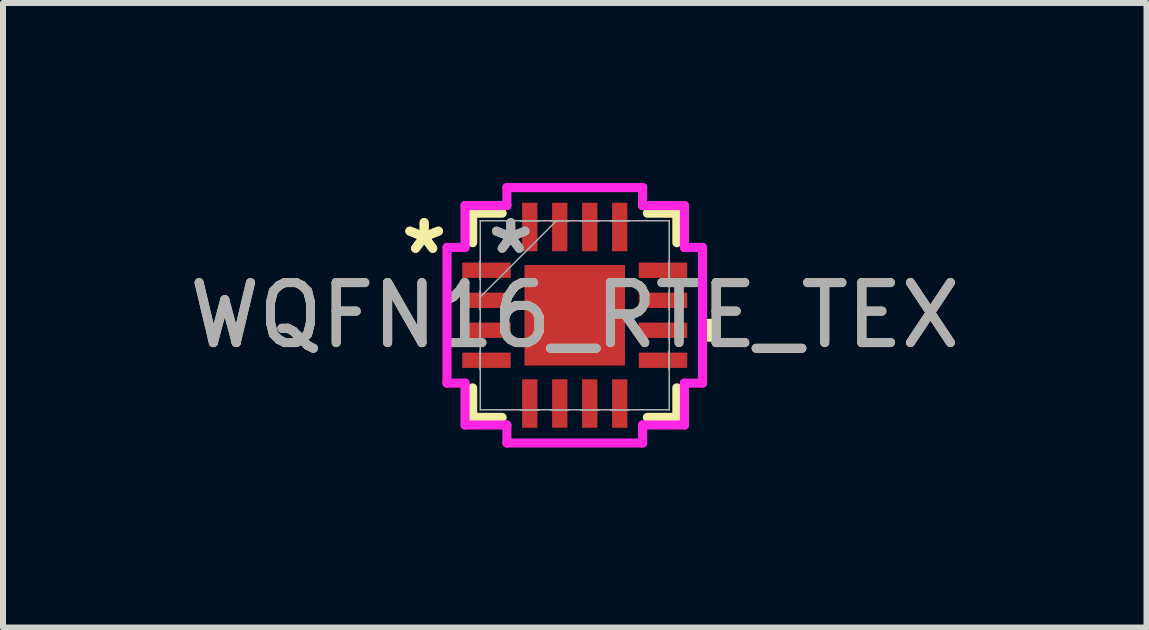
<source format=kicad_pcb>
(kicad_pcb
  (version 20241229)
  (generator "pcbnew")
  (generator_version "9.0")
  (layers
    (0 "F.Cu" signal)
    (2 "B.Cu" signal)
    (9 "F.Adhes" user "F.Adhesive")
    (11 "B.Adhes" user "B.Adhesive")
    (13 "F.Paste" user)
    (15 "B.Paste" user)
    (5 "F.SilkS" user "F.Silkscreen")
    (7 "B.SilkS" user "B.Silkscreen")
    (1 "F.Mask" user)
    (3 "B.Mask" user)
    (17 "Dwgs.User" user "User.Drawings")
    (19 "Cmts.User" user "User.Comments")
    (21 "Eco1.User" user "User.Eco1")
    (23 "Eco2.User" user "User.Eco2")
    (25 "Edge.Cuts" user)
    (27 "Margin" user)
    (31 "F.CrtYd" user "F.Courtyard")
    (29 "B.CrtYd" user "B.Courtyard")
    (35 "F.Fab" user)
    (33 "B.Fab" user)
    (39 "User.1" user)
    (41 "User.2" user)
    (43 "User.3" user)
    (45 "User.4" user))
  (footprint "WQFN16_RTE_TEX"
    (layer "F.Cu")
    (at 6.53 2.205)
    (property "Reference" "WQFN16_RTE_TEX" (at 0 0 0) (unlocked yes) (layer "F.SilkS") (effects (font (size 1 1) (thickness 0.15))))
    (attr smd)
    (fp_line (start -1.702 -1.702) (end -1.702 -1.21) (stroke (width 0.152) (type solid)) (layer "F.SilkS"))
    (fp_line (start -1.702 1.21) (end -1.702 1.702) (stroke (width 0.152) (type solid)) (layer "F.SilkS"))
    (fp_line (start -1.702 1.702) (end -1.21 1.702) (stroke (width 0.152) (type solid)) (layer "F.SilkS"))
    (fp_line (start -1.21 -1.702) (end -1.702 -1.702) (stroke (width 0.152) (type solid)) (layer "F.SilkS"))
    (fp_line (start 1.21 1.702) (end 1.702 1.702) (stroke (width 0.152) (type solid)) (layer "F.SilkS"))
    (fp_line (start 1.702 -1.702) (end 1.21 -1.702) (stroke (width 0.152) (type solid)) (layer "F.SilkS"))
    (fp_line (start 1.702 -1.21) (end 1.702 -1.702) (stroke (width 0.152) (type solid)) (layer "F.SilkS"))
    (fp_line (start 1.702 1.702) (end 1.702 1.21) (stroke (width 0.152) (type solid)) (layer "F.SilkS"))
    (fp_poly (pts (xy 2.383 0.059) (xy 2.383 0.441) (xy 2.129 0.441) (xy 2.129 0.059)) (stroke (width 0) (type solid)) (fill yes) (layer "F.SilkS"))
    (fp_line (start -2.129 -1.131) (end -1.829 -1.131) (stroke (width 0.152) (type solid)) (layer "F.CrtYd"))
    (fp_line (start -2.129 1.131) (end -2.129 -1.131) (stroke (width 0.152) (type solid)) (layer "F.CrtYd"))
    (fp_line (start -1.829 -1.829) (end -1.131 -1.829) (stroke (width 0.152) (type solid)) (layer "F.CrtYd"))
    (fp_line (start -1.829 -1.131) (end -1.829 -1.829) (stroke (width 0.152) (type solid)) (layer "F.CrtYd"))
    (fp_line (start -1.829 1.131) (end -2.129 1.131) (stroke (width 0.152) (type solid)) (layer "F.CrtYd"))
    (fp_line (start -1.829 1.829) (end -1.829 1.131) (stroke (width 0.152) (type solid)) (layer "F.CrtYd"))
    (fp_line (start -1.131 -2.129) (end 1.131 -2.129) (stroke (width 0.152) (type solid)) (layer "F.CrtYd"))
    (fp_line (start -1.131 -1.829) (end -1.131 -2.129) (stroke (width 0.152) (type solid)) (layer "F.CrtYd"))
    (fp_line (start -1.131 1.829) (end -1.829 1.829) (stroke (width 0.152) (type solid)) (layer "F.CrtYd"))
    (fp_line (start -1.131 2.129) (end -1.131 1.829) (stroke (width 0.152) (type solid)) (layer "F.CrtYd"))
    (fp_line (start 1.131 -2.129) (end 1.131 -1.829) (stroke (width 0.152) (type solid)) (layer "F.CrtYd"))
    (fp_line (start 1.131 -1.829) (end 1.829 -1.829) (stroke (width 0.152) (type solid)) (layer "F.CrtYd"))
    (fp_line (start 1.131 1.829) (end 1.131 2.129) (stroke (width 0.152) (type solid)) (layer "F.CrtYd"))
    (fp_line (start 1.131 2.129) (end -1.131 2.129) (stroke (width 0.152) (type solid)) (layer "F.CrtYd"))
    (fp_line (start 1.829 -1.829) (end 1.829 -1.131) (stroke (width 0.152) (type solid)) (layer "F.CrtYd"))
    (fp_line (start 1.829 -1.131) (end 2.129 -1.131) (stroke (width 0.152) (type solid)) (layer "F.CrtYd"))
    (fp_line (start 1.829 1.131) (end 1.829 1.829) (stroke (width 0.152) (type solid)) (layer "F.CrtYd"))
    (fp_line (start 1.829 1.829) (end 1.131 1.829) (stroke (width 0.152) (type solid)) (layer "F.CrtYd"))
    (fp_line (start 2.129 -1.131) (end 2.129 1.131) (stroke (width 0.152) (type solid)) (layer "F.CrtYd"))
    (fp_line (start 2.129 1.131) (end 1.829 1.131) (stroke (width 0.152) (type solid)) (layer "F.CrtYd"))
    (fp_line (start -1.575 -1.575) (end -1.575 -1.575) (stroke (width 0.025) (type solid)) (layer "F.Fab"))
    (fp_line (start -1.575 -1.575) (end -1.575 1.575) (stroke (width 0.025) (type solid)) (layer "F.Fab"))
    (fp_line (start -1.575 -0.902) (end -1.575 -0.902) (stroke (width 0.025) (type solid)) (layer "F.Fab"))
    (fp_line (start -1.575 -0.902) (end -1.575 -0.598) (stroke (width 0.025) (type solid)) (layer "F.Fab"))
    (fp_line (start -1.575 -0.598) (end -1.575 -0.902) (stroke (width 0.025) (type solid)) (layer "F.Fab"))
    (fp_line (start -1.575 -0.598) (end -1.575 -0.598) (stroke (width 0.025) (type solid)) (layer "F.Fab"))
    (fp_line (start -1.575 -0.402) (end -1.575 -0.402) (stroke (width 0.025) (type solid)) (layer "F.Fab"))
    (fp_line (start -1.575 -0.402) (end -1.575 -0.098) (stroke (width 0.025) (type solid)) (layer "F.Fab"))
    (fp_line (start -1.575 -0.305) (end -0.305 -1.575) (stroke (width 0.025) (type solid)) (layer "F.Fab"))
    (fp_line (start -1.575 -0.098) (end -1.575 -0.402) (stroke (width 0.025) (type solid)) (layer "F.Fab"))
    (fp_line (start -1.575 -0.098) (end -1.575 -0.098) (stroke (width 0.025) (type solid)) (layer "F.Fab"))
    (fp_line (start -1.575 0.098) (end -1.575 0.098) (stroke (width 0.025) (type solid)) (layer "F.Fab"))
    (fp_line (start -1.575 0.098) (end -1.575 0.402) (stroke (width 0.025) (type solid)) (layer "F.Fab"))
    (fp_line (start -1.575 0.402) (end -1.575 0.098) (stroke (width 0.025) (type solid)) (layer "F.Fab"))
    (fp_line (start -1.575 0.402) (end -1.575 0.402) (stroke (width 0.025) (type solid)) (layer "F.Fab"))
    (fp_line (start -1.575 0.598) (end -1.575 0.598) (stroke (width 0.025) (type solid)) (layer "F.Fab"))
    (fp_line (start -1.575 0.598) (end -1.575 0.902) (stroke (width 0.025) (type solid)) (layer "F.Fab"))
    (fp_line (start -1.575 0.902) (end -1.575 0.598) (stroke (width 0.025) (type solid)) (layer "F.Fab"))
    (fp_line (start -1.575 0.902) (end -1.575 0.902) (stroke (width 0.025) (type solid)) (layer "F.Fab"))
    (fp_line (start -1.575 1.575) (end -1.575 1.575) (stroke (width 0.025) (type solid)) (layer "F.Fab"))
    (fp_line (start -1.575 1.575) (end 1.575 1.575) (stroke (width 0.025) (type solid)) (layer "F.Fab"))
    (fp_line (start -0.902 -1.575) (end -0.902 -1.575) (stroke (width 0.025) (type solid)) (layer "F.Fab"))
    (fp_line (start -0.902 -1.575) (end -0.598 -1.575) (stroke (width 0.025) (type solid)) (layer "F.Fab"))
    (fp_line (start -0.902 1.575) (end -0.902 1.575) (stroke (width 0.025) (type solid)) (layer "F.Fab"))
    (fp_line (start -0.902 1.575) (end -0.598 1.575) (stroke (width 0.025) (type solid)) (layer "F.Fab"))
    (fp_line (start -0.598 -1.575) (end -0.902 -1.575) (stroke (width 0.025) (type solid)) (layer "F.Fab"))
    (fp_line (start -0.598 -1.575) (end -0.598 -1.575) (stroke (width 0.025) (type solid)) (layer "F.Fab"))
    (fp_line (start -0.598 1.575) (end -0.902 1.575) (stroke (width 0.025) (type solid)) (layer "F.Fab"))
    (fp_line (start -0.598 1.575) (end -0.598 1.575) (stroke (width 0.025) (type solid)) (layer "F.Fab"))
    (fp_line (start -0.402 -1.575) (end -0.402 -1.575) (stroke (width 0.025) (type solid)) (layer "F.Fab"))
    (fp_line (start -0.402 -1.575) (end -0.098 -1.575) (stroke (width 0.025) (type solid)) (layer "F.Fab"))
    (fp_line (start -0.402 1.575) (end -0.402 1.575) (stroke (width 0.025) (type solid)) (layer "F.Fab"))
    (fp_line (start -0.402 1.575) (end -0.098 1.575) (stroke (width 0.025) (type solid)) (layer "F.Fab"))
    (fp_line (start -0.098 -1.575) (end -0.402 -1.575) (stroke (width 0.025) (type solid)) (layer "F.Fab"))
    (fp_line (start -0.098 -1.575) (end -0.098 -1.575) (stroke (width 0.025) (type solid)) (layer "F.Fab"))
    (fp_line (start -0.098 1.575) (end -0.402 1.575) (stroke (width 0.025) (type solid)) (layer "F.Fab"))
    (fp_line (start -0.098 1.575) (end -0.098 1.575) (stroke (width 0.025) (type solid)) (layer "F.Fab"))
    (fp_line (start 0.098 -1.575) (end 0.098 -1.575) (stroke (width 0.025) (type solid)) (layer "F.Fab"))
    (fp_line (start 0.098 -1.575) (end 0.402 -1.575) (stroke (width 0.025) (type solid)) (layer "F.Fab"))
    (fp_line (start 0.098 1.575) (end 0.098 1.575) (stroke (width 0.025) (type solid)) (layer "F.Fab"))
    (fp_line (start 0.098 1.575) (end 0.402 1.575) (stroke (width 0.025) (type solid)) (layer "F.Fab"))
    (fp_line (start 0.402 -1.575) (end 0.098 -1.575) (stroke (width 0.025) (type solid)) (layer "F.Fab"))
    (fp_line (start 0.402 -1.575) (end 0.402 -1.575) (stroke (width 0.025) (type solid)) (layer "F.Fab"))
    (fp_line (start 0.402 1.575) (end 0.098 1.575) (stroke (width 0.025) (type solid)) (layer "F.Fab"))
    (fp_line (start 0.402 1.575) (end 0.402 1.575) (stroke (width 0.025) (type solid)) (layer "F.Fab"))
    (fp_line (start 0.598 -1.575) (end 0.598 -1.575) (stroke (width 0.025) (type solid)) (layer "F.Fab"))
    (fp_line (start 0.598 -1.575) (end 0.902 -1.575) (stroke (width 0.025) (type solid)) (layer "F.Fab"))
    (fp_line (start 0.598 1.575) (end 0.598 1.575) (stroke (width 0.025) (type solid)) (layer "F.Fab"))
    (fp_line (start 0.598 1.575) (end 0.902 1.575) (stroke (width 0.025) (type solid)) (layer "F.Fab"))
    (fp_line (start 0.902 -1.575) (end 0.598 -1.575) (stroke (width 0.025) (type solid)) (layer "F.Fab"))
    (fp_line (start 0.902 -1.575) (end 0.902 -1.575) (stroke (width 0.025) (type solid)) (layer "F.Fab"))
    (fp_line (start 0.902 1.575) (end 0.598 1.575) (stroke (width 0.025) (type solid)) (layer "F.Fab"))
    (fp_line (start 0.902 1.575) (end 0.902 1.575) (stroke (width 0.025) (type solid)) (layer "F.Fab"))
    (fp_line (start 1.575 -1.575) (end -1.575 -1.575) (stroke (width 0.025) (type solid)) (layer "F.Fab"))
    (fp_line (start 1.575 -1.575) (end 1.575 -1.575) (stroke (width 0.025) (type solid)) (layer "F.Fab"))
    (fp_line (start 1.575 -0.902) (end 1.575 -0.902) (stroke (width 0.025) (type solid)) (layer "F.Fab"))
    (fp_line (start 1.575 -0.902) (end 1.575 -0.598) (stroke (width 0.025) (type solid)) (layer "F.Fab"))
    (fp_line (start 1.575 -0.598) (end 1.575 -0.902) (stroke (width 0.025) (type solid)) (layer "F.Fab"))
    (fp_line (start 1.575 -0.598) (end 1.575 -0.598) (stroke (width 0.025) (type solid)) (layer "F.Fab"))
    (fp_line (start 1.575 -0.402) (end 1.575 -0.402) (stroke (width 0.025) (type solid)) (layer "F.Fab"))
    (fp_line (start 1.575 -0.402) (end 1.575 -0.098) (stroke (width 0.025) (type solid)) (layer "F.Fab"))
    (fp_line (start 1.575 -0.098) (end 1.575 -0.402) (stroke (width 0.025) (type solid)) (layer "F.Fab"))
    (fp_line (start 1.575 -0.098) (end 1.575 -0.098) (stroke (width 0.025) (type solid)) (layer "F.Fab"))
    (fp_line (start 1.575 0.098) (end 1.575 0.098) (stroke (width 0.025) (type solid)) (layer "F.Fab"))
    (fp_line (start 1.575 0.098) (end 1.575 0.402) (stroke (width 0.025) (type solid)) (layer "F.Fab"))
    (fp_line (start 1.575 0.402) (end 1.575 0.098) (stroke (width 0.025) (type solid)) (layer "F.Fab"))
    (fp_line (start 1.575 0.402) (end 1.575 0.402) (stroke (width 0.025) (type solid)) (layer "F.Fab"))
    (fp_line (start 1.575 0.598) (end 1.575 0.598) (stroke (width 0.025) (type solid)) (layer "F.Fab"))
    (fp_line (start 1.575 0.598) (end 1.575 0.902) (stroke (width 0.025) (type solid)) (layer "F.Fab"))
    (fp_line (start 1.575 0.902) (end 1.575 0.598) (stroke (width 0.025) (type solid)) (layer "F.Fab"))
    (fp_line (start 1.575 0.902) (end 1.575 0.902) (stroke (width 0.025) (type solid)) (layer "F.Fab"))
    (fp_line (start 1.575 1.575) (end 1.575 -1.575) (stroke (width 0.025) (type solid)) (layer "F.Fab"))
    (fp_line (start 1.575 1.575) (end 1.575 1.575) (stroke (width 0.025) (type solid)) (layer "F.Fab"))
    (fp_text user "*" (at -2.51 -1 0) (unlocked yes) (layer "F.SilkS") (effects (font (size 1 1) (thickness 0.15))))
    (fp_text user "*" (at -2.51 -1 0) (layer "F.SilkS") (effects (font (size 1 1) (thickness 0.15))))
    (fp_text user "*" (at -1.067 -1 0) (unlocked yes) (layer "F.Fab") (effects (font (size 1 1) (thickness 0.15))))
    (fp_text user "*" (at -1.067 -1 0) (layer "F.Fab") (effects (font (size 1 1) (thickness 0.15))))
    (fp_text user "${REFERENCE}" (at 0 0 0) (unlocked yes) (layer "F.Fab") (effects (font (size 1 1) (thickness 0.15))))
    (pad "1" smd rect (at -1.471 -0.75 90) (size 0.255 0.808) (layers "F.Cu" "F.Mask" "F.Paste"))
    (pad "2" smd rect (at -1.471 -0.25 90) (size 0.255 0.808) (layers "F.Cu" "F.Mask" "F.Paste"))
    (pad "3" smd rect (at -1.471 0.25 90) (size 0.255 0.808) (layers "F.Cu" "F.Mask" "F.Paste"))
    (pad "4" smd rect (at -1.471 0.75 90) (size 0.255 0.808) (layers "F.Cu" "F.Mask" "F.Paste"))
    (pad "5" smd rect (at -0.75 1.471) (size 0.255 0.808) (layers "F.Cu" "F.Mask" "F.Paste"))
    (pad "6" smd rect (at -0.25 1.471) (size 0.255 0.808) (layers "F.Cu" "F.Mask" "F.Paste"))
    (pad "7" smd rect (at 0.25 1.471) (size 0.255 0.808) (layers "F.Cu" "F.Mask" "F.Paste"))
    (pad "8" smd rect (at 0.75 1.471) (size 0.255 0.808) (layers "F.Cu" "F.Mask" "F.Paste"))
    (pad "9" smd rect (at 1.471 0.75 90) (size 0.255 0.808) (layers "F.Cu" "F.Mask" "F.Paste"))
    (pad "10" smd rect (at 1.471 0.25 90) (size 0.255 0.808) (layers "F.Cu" "F.Mask" "F.Paste"))
    (pad "11" smd rect (at 1.471 -0.25 90) (size 0.255 0.808) (layers "F.Cu" "F.Mask" "F.Paste"))
    (pad "12" smd rect (at 1.471 -0.75 90) (size 0.255 0.808) (layers "F.Cu" "F.Mask" "F.Paste"))
    (pad "13" smd rect (at 0.75 -1.471) (size 0.255 0.808) (layers "F.Cu" "F.Mask" "F.Paste"))
    (pad "14" smd rect (at 0.25 -1.471) (size 0.255 0.808) (layers "F.Cu" "F.Mask" "F.Paste"))
    (pad "15" smd rect (at -0.25 -1.471) (size 0.255 0.808) (layers "F.Cu" "F.Mask" "F.Paste"))
    (pad "16" smd rect (at -0.75 -1.471) (size 0.255 0.808) (layers "F.Cu" "F.Mask" "F.Paste"))
    (pad "17" smd rect (at 0 0) (size 1.676 1.676) (layers "F.Cu" "F.Mask" "F.Paste")))
  (gr_rect
    (start -3 -3)
    (end 16.06 7.41)
    (stroke (width 0.1) (type default))
    (fill no)
    (layer "Edge.Cuts")))
</source>
